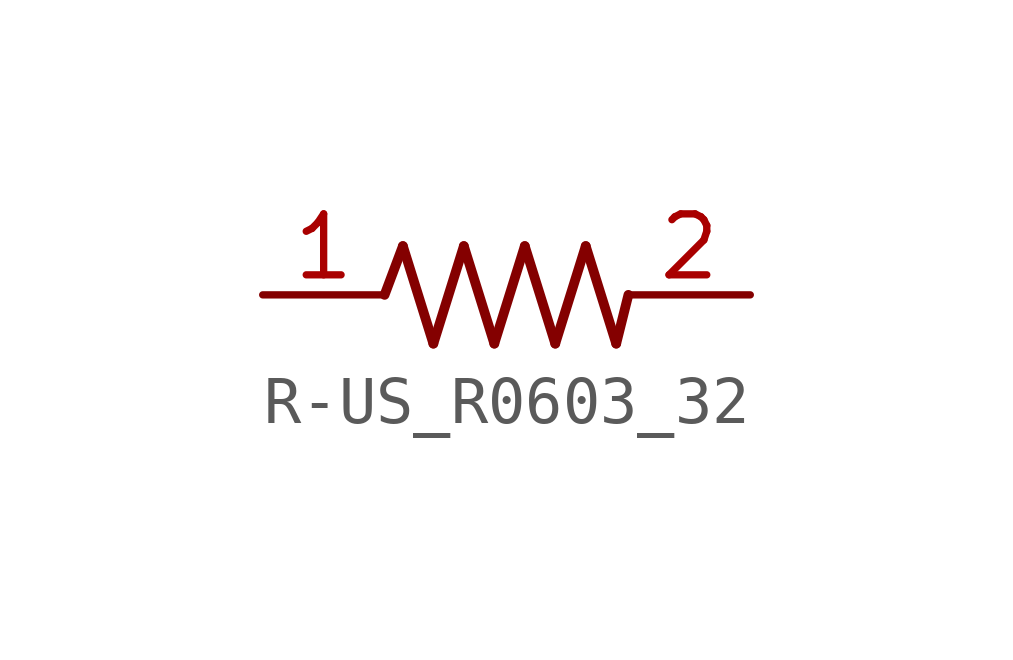
<source format=kicad_sym>
(kicad_symbol_lib
  (version 20231120)
  (generator "kicad_symbol_editor")
  (generator_version "8.0")
  (symbol "R-US_R0603_32"
    (property "Reference" "R"
      (at 0 0 0)
      (effects (font (size 1.27 1.27)) (hide yes)))
    (property "ki_locked" ""
      (at 0 0 0)
      (effects (font (size 1.27 1.27))))
    (symbol "R-US_R0603_32_1_0"
      (polyline (pts (xy -2.54 0) (xy -2.159 1.016)) (stroke (width 0.203) (type solid)) (fill (type none)))
      (polyline (pts (xy -2.159 1.016) (xy -1.524 -1.016)) (stroke (width 0.203) (type solid)) (fill (type none)))
      (polyline (pts (xy -1.524 -1.016) (xy -0.889 1.016)) (stroke (width 0.203) (type solid)) (fill (type none)))
      (polyline (pts (xy -0.889 1.016) (xy -0.254 -1.016)) (stroke (width 0.203) (type solid)) (fill (type none)))
      (polyline (pts (xy -0.254 -1.016) (xy 0.381 1.016)) (stroke (width 0.203) (type solid)) (fill (type none)))
      (polyline (pts (xy 0.381 1.016) (xy 1.016 -1.016)) (stroke (width 0.203) (type solid)) (fill (type none)))
      (polyline (pts (xy 1.016 -1.016) (xy 1.651 1.016)) (stroke (width 0.203) (type solid)) (fill (type none)))
      (polyline (pts (xy 1.651 1.016) (xy 2.286 -1.016)) (stroke (width 0.203) (type solid)) (fill (type none)))
      (polyline (pts (xy 2.286 -1.016) (xy 2.54 0)) (stroke (width 0.203) (type solid)) (fill (type none)))
      (pin passive line (at -5.08 0 0) (length 2.54) (name "1" (effects (font (size 0 0)))) (number "1" (effects (font (size 1.27 1.27)))))
      (pin passive line (at 5.08 0 180) (length 2.54) (name "2" (effects (font (size 0 0)))) (number "2" (effects (font (size 1.27 1.27))))))))
</source>
